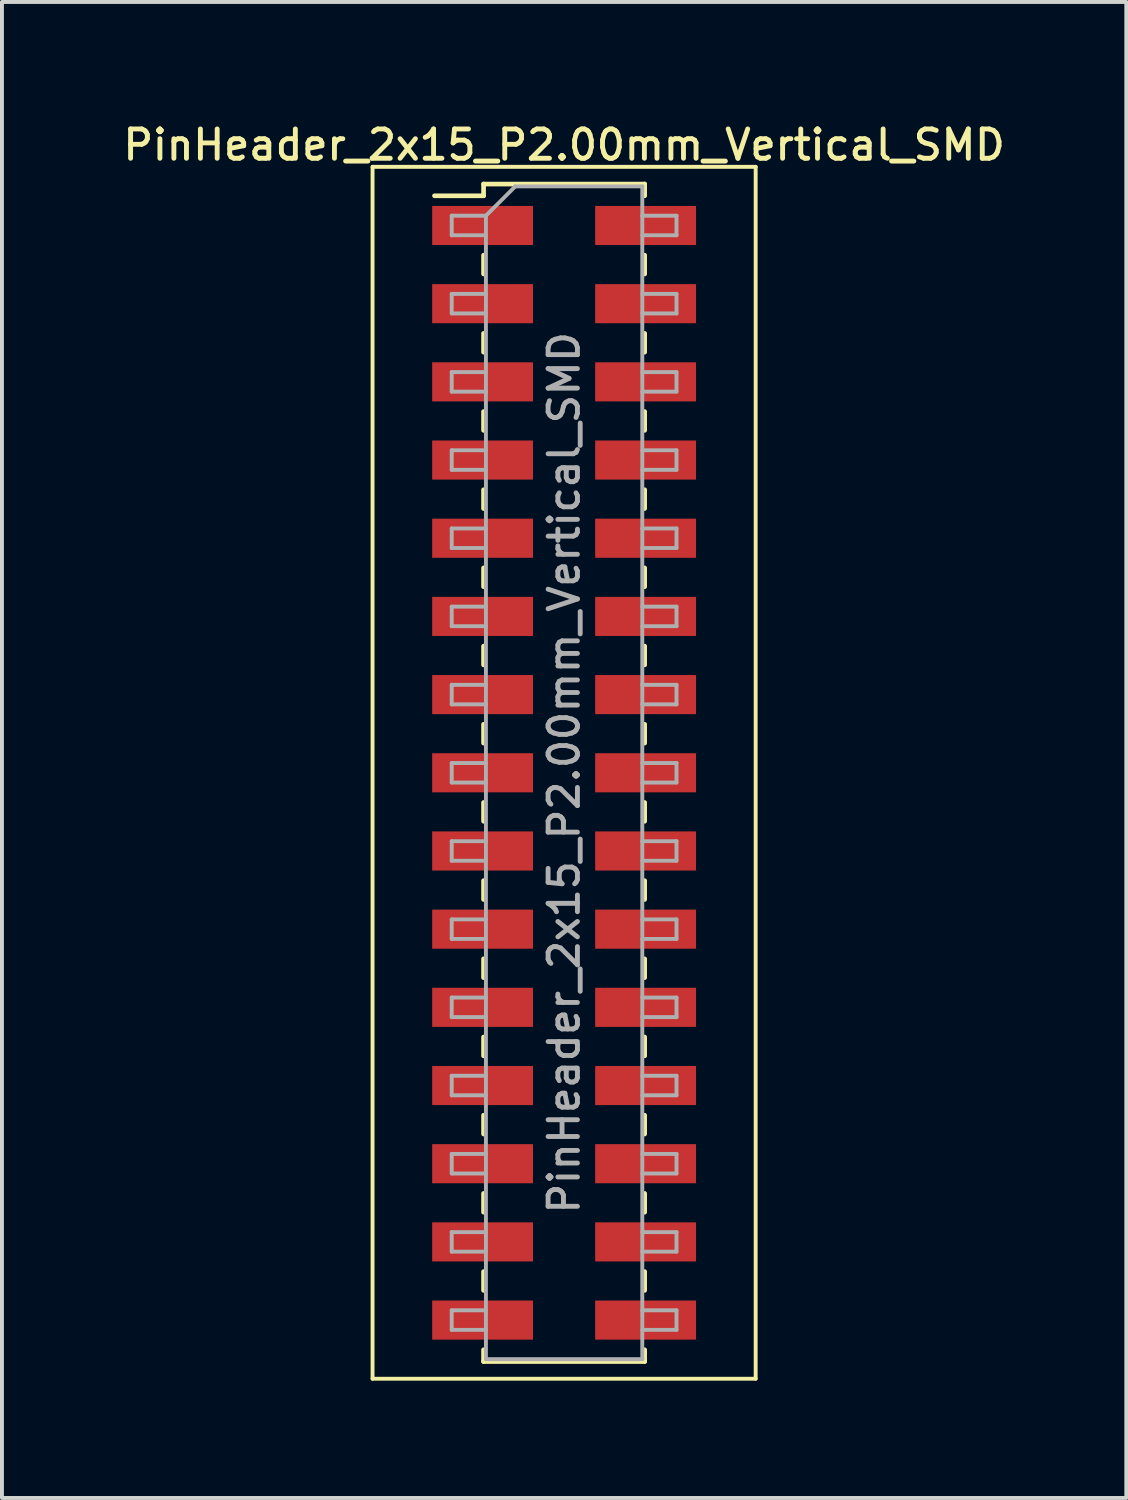
<source format=kicad_pcb>
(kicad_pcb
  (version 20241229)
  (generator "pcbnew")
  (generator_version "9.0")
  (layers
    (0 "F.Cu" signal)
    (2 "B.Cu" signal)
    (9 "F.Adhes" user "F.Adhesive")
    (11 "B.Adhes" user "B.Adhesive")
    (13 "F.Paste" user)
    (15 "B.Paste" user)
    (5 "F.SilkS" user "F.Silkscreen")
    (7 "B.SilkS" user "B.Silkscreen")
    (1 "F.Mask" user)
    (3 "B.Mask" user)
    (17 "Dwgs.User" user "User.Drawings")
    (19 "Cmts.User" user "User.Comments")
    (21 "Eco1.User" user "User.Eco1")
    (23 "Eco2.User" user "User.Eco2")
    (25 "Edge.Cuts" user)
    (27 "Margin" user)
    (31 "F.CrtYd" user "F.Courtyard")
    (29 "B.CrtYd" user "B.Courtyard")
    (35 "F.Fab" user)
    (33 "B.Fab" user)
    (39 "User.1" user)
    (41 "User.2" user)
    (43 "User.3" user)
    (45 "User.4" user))
  (footprint "PinHeader_2x15_P2.00mm_Vertical_SMD"
    (layer "F.Cu")
    (at 11.38 16.718)
    (property "Reference" "PinHeader_2x15_P2.00mm_Vertical_SMD" (at 0 -16.06 0) (layer "F.SilkS") (effects (font (size 0.75 0.75) (thickness 0.125))))
    (attr smd)
    (fp_line (start -4.9 -15.5) (end -4.9 15.5) (stroke (width 0.1) (type solid)) (layer "F.SilkS"))
    (fp_line (start -4.9 15.5) (end 4.9 15.5) (stroke (width 0.1) (type solid)) (layer "F.SilkS"))
    (fp_line (start -3.315 -14.76) (end -2.06 -14.76) (stroke (width 0.12) (type solid)) (layer "F.SilkS"))
    (fp_line (start -2.06 -15.06) (end -2.06 -14.76) (stroke (width 0.12) (type solid)) (layer "F.SilkS"))
    (fp_line (start -2.06 -15.06) (end 2.06 -15.06) (stroke (width 0.12) (type solid)) (layer "F.SilkS"))
    (fp_line (start -2.06 -13.24) (end -2.06 -12.76) (stroke (width 0.12) (type solid)) (layer "F.SilkS"))
    (fp_line (start -2.06 -11.24) (end -2.06 -10.76) (stroke (width 0.12) (type solid)) (layer "F.SilkS"))
    (fp_line (start -2.06 -9.24) (end -2.06 -8.76) (stroke (width 0.12) (type solid)) (layer "F.SilkS"))
    (fp_line (start -2.06 -7.24) (end -2.06 -6.76) (stroke (width 0.12) (type solid)) (layer "F.SilkS"))
    (fp_line (start -2.06 -5.24) (end -2.06 -4.76) (stroke (width 0.12) (type solid)) (layer "F.SilkS"))
    (fp_line (start -2.06 -3.24) (end -2.06 -2.76) (stroke (width 0.12) (type solid)) (layer "F.SilkS"))
    (fp_line (start -2.06 -1.24) (end -2.06 -0.76) (stroke (width 0.12) (type solid)) (layer "F.SilkS"))
    (fp_line (start -2.06 0.76) (end -2.06 1.24) (stroke (width 0.12) (type solid)) (layer "F.SilkS"))
    (fp_line (start -2.06 2.76) (end -2.06 3.24) (stroke (width 0.12) (type solid)) (layer "F.SilkS"))
    (fp_line (start -2.06 4.76) (end -2.06 5.24) (stroke (width 0.12) (type solid)) (layer "F.SilkS"))
    (fp_line (start -2.06 6.76) (end -2.06 7.24) (stroke (width 0.12) (type solid)) (layer "F.SilkS"))
    (fp_line (start -2.06 8.76) (end -2.06 9.24) (stroke (width 0.12) (type solid)) (layer "F.SilkS"))
    (fp_line (start -2.06 10.76) (end -2.06 11.24) (stroke (width 0.12) (type solid)) (layer "F.SilkS"))
    (fp_line (start -2.06 12.76) (end -2.06 13.24) (stroke (width 0.12) (type solid)) (layer "F.SilkS"))
    (fp_line (start -2.06 14.76) (end -2.06 15.06) (stroke (width 0.12) (type solid)) (layer "F.SilkS"))
    (fp_line (start -2.06 15.06) (end 2.06 15.06) (stroke (width 0.12) (type solid)) (layer "F.SilkS"))
    (fp_line (start 2.06 -15.06) (end 2.06 -14.76) (stroke (width 0.12) (type solid)) (layer "F.SilkS"))
    (fp_line (start 2.06 -13.24) (end 2.06 -12.76) (stroke (width 0.12) (type solid)) (layer "F.SilkS"))
    (fp_line (start 2.06 -11.24) (end 2.06 -10.76) (stroke (width 0.12) (type solid)) (layer "F.SilkS"))
    (fp_line (start 2.06 -9.24) (end 2.06 -8.76) (stroke (width 0.12) (type solid)) (layer "F.SilkS"))
    (fp_line (start 2.06 -7.24) (end 2.06 -6.76) (stroke (width 0.12) (type solid)) (layer "F.SilkS"))
    (fp_line (start 2.06 -5.24) (end 2.06 -4.76) (stroke (width 0.12) (type solid)) (layer "F.SilkS"))
    (fp_line (start 2.06 -3.24) (end 2.06 -2.76) (stroke (width 0.12) (type solid)) (layer "F.SilkS"))
    (fp_line (start 2.06 -1.24) (end 2.06 -0.76) (stroke (width 0.12) (type solid)) (layer "F.SilkS"))
    (fp_line (start 2.06 0.76) (end 2.06 1.24) (stroke (width 0.12) (type solid)) (layer "F.SilkS"))
    (fp_line (start 2.06 2.76) (end 2.06 3.24) (stroke (width 0.12) (type solid)) (layer "F.SilkS"))
    (fp_line (start 2.06 4.76) (end 2.06 5.24) (stroke (width 0.12) (type solid)) (layer "F.SilkS"))
    (fp_line (start 2.06 6.76) (end 2.06 7.24) (stroke (width 0.12) (type solid)) (layer "F.SilkS"))
    (fp_line (start 2.06 8.76) (end 2.06 9.24) (stroke (width 0.12) (type solid)) (layer "F.SilkS"))
    (fp_line (start 2.06 10.76) (end 2.06 11.24) (stroke (width 0.12) (type solid)) (layer "F.SilkS"))
    (fp_line (start 2.06 12.76) (end 2.06 13.24) (stroke (width 0.12) (type solid)) (layer "F.SilkS"))
    (fp_line (start 2.06 14.76) (end 2.06 15.06) (stroke (width 0.12) (type solid)) (layer "F.SilkS"))
    (fp_line (start 4.9 -15.5) (end -4.9 -15.5) (stroke (width 0.1) (type solid)) (layer "F.SilkS"))
    (fp_line (start 4.9 15.5) (end 4.9 -15.5) (stroke (width 0.1) (type solid)) (layer "F.SilkS"))
    (fp_line (start -2.875 -14.25) (end -2.875 -13.75) (stroke (width 0.1) (type solid)) (layer "F.Fab"))
    (fp_line (start -2.875 -13.75) (end -2 -13.75) (stroke (width 0.1) (type solid)) (layer "F.Fab"))
    (fp_line (start -2.875 -12.25) (end -2.875 -11.75) (stroke (width 0.1) (type solid)) (layer "F.Fab"))
    (fp_line (start -2.875 -11.75) (end -2 -11.75) (stroke (width 0.1) (type solid)) (layer "F.Fab"))
    (fp_line (start -2.875 -10.25) (end -2.875 -9.75) (stroke (width 0.1) (type solid)) (layer "F.Fab"))
    (fp_line (start -2.875 -9.75) (end -2 -9.75) (stroke (width 0.1) (type solid)) (layer "F.Fab"))
    (fp_line (start -2.875 -8.25) (end -2.875 -7.75) (stroke (width 0.1) (type solid)) (layer "F.Fab"))
    (fp_line (start -2.875 -7.75) (end -2 -7.75) (stroke (width 0.1) (type solid)) (layer "F.Fab"))
    (fp_line (start -2.875 -6.25) (end -2.875 -5.75) (stroke (width 0.1) (type solid)) (layer "F.Fab"))
    (fp_line (start -2.875 -5.75) (end -2 -5.75) (stroke (width 0.1) (type solid)) (layer "F.Fab"))
    (fp_line (start -2.875 -4.25) (end -2.875 -3.75) (stroke (width 0.1) (type solid)) (layer "F.Fab"))
    (fp_line (start -2.875 -3.75) (end -2 -3.75) (stroke (width 0.1) (type solid)) (layer "F.Fab"))
    (fp_line (start -2.875 -2.25) (end -2.875 -1.75) (stroke (width 0.1) (type solid)) (layer "F.Fab"))
    (fp_line (start -2.875 -1.75) (end -2 -1.75) (stroke (width 0.1) (type solid)) (layer "F.Fab"))
    (fp_line (start -2.875 -0.25) (end -2.875 0.25) (stroke (width 0.1) (type solid)) (layer "F.Fab"))
    (fp_line (start -2.875 0.25) (end -2 0.25) (stroke (width 0.1) (type solid)) (layer "F.Fab"))
    (fp_line (start -2.875 1.75) (end -2.875 2.25) (stroke (width 0.1) (type solid)) (layer "F.Fab"))
    (fp_line (start -2.875 2.25) (end -2 2.25) (stroke (width 0.1) (type solid)) (layer "F.Fab"))
    (fp_line (start -2.875 3.75) (end -2.875 4.25) (stroke (width 0.1) (type solid)) (layer "F.Fab"))
    (fp_line (start -2.875 4.25) (end -2 4.25) (stroke (width 0.1) (type solid)) (layer "F.Fab"))
    (fp_line (start -2.875 5.75) (end -2.875 6.25) (stroke (width 0.1) (type solid)) (layer "F.Fab"))
    (fp_line (start -2.875 6.25) (end -2 6.25) (stroke (width 0.1) (type solid)) (layer "F.Fab"))
    (fp_line (start -2.875 7.75) (end -2.875 8.25) (stroke (width 0.1) (type solid)) (layer "F.Fab"))
    (fp_line (start -2.875 8.25) (end -2 8.25) (stroke (width 0.1) (type solid)) (layer "F.Fab"))
    (fp_line (start -2.875 9.75) (end -2.875 10.25) (stroke (width 0.1) (type solid)) (layer "F.Fab"))
    (fp_line (start -2.875 10.25) (end -2 10.25) (stroke (width 0.1) (type solid)) (layer "F.Fab"))
    (fp_line (start -2.875 11.75) (end -2.875 12.25) (stroke (width 0.1) (type solid)) (layer "F.Fab"))
    (fp_line (start -2.875 12.25) (end -2 12.25) (stroke (width 0.1) (type solid)) (layer "F.Fab"))
    (fp_line (start -2.875 13.75) (end -2.875 14.25) (stroke (width 0.1) (type solid)) (layer "F.Fab"))
    (fp_line (start -2.875 14.25) (end -2 14.25) (stroke (width 0.1) (type solid)) (layer "F.Fab"))
    (fp_line (start -2 -14.25) (end -2.875 -14.25) (stroke (width 0.1) (type solid)) (layer "F.Fab"))
    (fp_line (start -2 -14.25) (end -1.25 -15) (stroke (width 0.1) (type solid)) (layer "F.Fab"))
    (fp_line (start -2 -12.25) (end -2.875 -12.25) (stroke (width 0.1) (type solid)) (layer "F.Fab"))
    (fp_line (start -2 -10.25) (end -2.875 -10.25) (stroke (width 0.1) (type solid)) (layer "F.Fab"))
    (fp_line (start -2 -8.25) (end -2.875 -8.25) (stroke (width 0.1) (type solid)) (layer "F.Fab"))
    (fp_line (start -2 -6.25) (end -2.875 -6.25) (stroke (width 0.1) (type solid)) (layer "F.Fab"))
    (fp_line (start -2 -4.25) (end -2.875 -4.25) (stroke (width 0.1) (type solid)) (layer "F.Fab"))
    (fp_line (start -2 -2.25) (end -2.875 -2.25) (stroke (width 0.1) (type solid)) (layer "F.Fab"))
    (fp_line (start -2 -0.25) (end -2.875 -0.25) (stroke (width 0.1) (type solid)) (layer "F.Fab"))
    (fp_line (start -2 1.75) (end -2.875 1.75) (stroke (width 0.1) (type solid)) (layer "F.Fab"))
    (fp_line (start -2 3.75) (end -2.875 3.75) (stroke (width 0.1) (type solid)) (layer "F.Fab"))
    (fp_line (start -2 5.75) (end -2.875 5.75) (stroke (width 0.1) (type solid)) (layer "F.Fab"))
    (fp_line (start -2 7.75) (end -2.875 7.75) (stroke (width 0.1) (type solid)) (layer "F.Fab"))
    (fp_line (start -2 9.75) (end -2.875 9.75) (stroke (width 0.1) (type solid)) (layer "F.Fab"))
    (fp_line (start -2 11.75) (end -2.875 11.75) (stroke (width 0.1) (type solid)) (layer "F.Fab"))
    (fp_line (start -2 13.75) (end -2.875 13.75) (stroke (width 0.1) (type solid)) (layer "F.Fab"))
    (fp_line (start -2 15) (end -2 -14.25) (stroke (width 0.1) (type solid)) (layer "F.Fab"))
    (fp_line (start -1.25 -15) (end 2 -15) (stroke (width 0.1) (type solid)) (layer "F.Fab"))
    (fp_line (start 2 -15) (end 2 15) (stroke (width 0.1) (type solid)) (layer "F.Fab"))
    (fp_line (start 2 -14.25) (end 2.875 -14.25) (stroke (width 0.1) (type solid)) (layer "F.Fab"))
    (fp_line (start 2 -12.25) (end 2.875 -12.25) (stroke (width 0.1) (type solid)) (layer "F.Fab"))
    (fp_line (start 2 -10.25) (end 2.875 -10.25) (stroke (width 0.1) (type solid)) (layer "F.Fab"))
    (fp_line (start 2 -8.25) (end 2.875 -8.25) (stroke (width 0.1) (type solid)) (layer "F.Fab"))
    (fp_line (start 2 -6.25) (end 2.875 -6.25) (stroke (width 0.1) (type solid)) (layer "F.Fab"))
    (fp_line (start 2 -4.25) (end 2.875 -4.25) (stroke (width 0.1) (type solid)) (layer "F.Fab"))
    (fp_line (start 2 -2.25) (end 2.875 -2.25) (stroke (width 0.1) (type solid)) (layer "F.Fab"))
    (fp_line (start 2 -0.25) (end 2.875 -0.25) (stroke (width 0.1) (type solid)) (layer "F.Fab"))
    (fp_line (start 2 1.75) (end 2.875 1.75) (stroke (width 0.1) (type solid)) (layer "F.Fab"))
    (fp_line (start 2 3.75) (end 2.875 3.75) (stroke (width 0.1) (type solid)) (layer "F.Fab"))
    (fp_line (start 2 5.75) (end 2.875 5.75) (stroke (width 0.1) (type solid)) (layer "F.Fab"))
    (fp_line (start 2 7.75) (end 2.875 7.75) (stroke (width 0.1) (type solid)) (layer "F.Fab"))
    (fp_line (start 2 9.75) (end 2.875 9.75) (stroke (width 0.1) (type solid)) (layer "F.Fab"))
    (fp_line (start 2 11.75) (end 2.875 11.75) (stroke (width 0.1) (type solid)) (layer "F.Fab"))
    (fp_line (start 2 13.75) (end 2.875 13.75) (stroke (width 0.1) (type solid)) (layer "F.Fab"))
    (fp_line (start 2 15) (end -2 15) (stroke (width 0.1) (type solid)) (layer "F.Fab"))
    (fp_line (start 2.875 -14.25) (end 2.875 -13.75) (stroke (width 0.1) (type solid)) (layer "F.Fab"))
    (fp_line (start 2.875 -13.75) (end 2 -13.75) (stroke (width 0.1) (type solid)) (layer "F.Fab"))
    (fp_line (start 2.875 -12.25) (end 2.875 -11.75) (stroke (width 0.1) (type solid)) (layer "F.Fab"))
    (fp_line (start 2.875 -11.75) (end 2 -11.75) (stroke (width 0.1) (type solid)) (layer "F.Fab"))
    (fp_line (start 2.875 -10.25) (end 2.875 -9.75) (stroke (width 0.1) (type solid)) (layer "F.Fab"))
    (fp_line (start 2.875 -9.75) (end 2 -9.75) (stroke (width 0.1) (type solid)) (layer "F.Fab"))
    (fp_line (start 2.875 -8.25) (end 2.875 -7.75) (stroke (width 0.1) (type solid)) (layer "F.Fab"))
    (fp_line (start 2.875 -7.75) (end 2 -7.75) (stroke (width 0.1) (type solid)) (layer "F.Fab"))
    (fp_line (start 2.875 -6.25) (end 2.875 -5.75) (stroke (width 0.1) (type solid)) (layer "F.Fab"))
    (fp_line (start 2.875 -5.75) (end 2 -5.75) (stroke (width 0.1) (type solid)) (layer "F.Fab"))
    (fp_line (start 2.875 -4.25) (end 2.875 -3.75) (stroke (width 0.1) (type solid)) (layer "F.Fab"))
    (fp_line (start 2.875 -3.75) (end 2 -3.75) (stroke (width 0.1) (type solid)) (layer "F.Fab"))
    (fp_line (start 2.875 -2.25) (end 2.875 -1.75) (stroke (width 0.1) (type solid)) (layer "F.Fab"))
    (fp_line (start 2.875 -1.75) (end 2 -1.75) (stroke (width 0.1) (type solid)) (layer "F.Fab"))
    (fp_line (start 2.875 -0.25) (end 2.875 0.25) (stroke (width 0.1) (type solid)) (layer "F.Fab"))
    (fp_line (start 2.875 0.25) (end 2 0.25) (stroke (width 0.1) (type solid)) (layer "F.Fab"))
    (fp_line (start 2.875 1.75) (end 2.875 2.25) (stroke (width 0.1) (type solid)) (layer "F.Fab"))
    (fp_line (start 2.875 2.25) (end 2 2.25) (stroke (width 0.1) (type solid)) (layer "F.Fab"))
    (fp_line (start 2.875 3.75) (end 2.875 4.25) (stroke (width 0.1) (type solid)) (layer "F.Fab"))
    (fp_line (start 2.875 4.25) (end 2 4.25) (stroke (width 0.1) (type solid)) (layer "F.Fab"))
    (fp_line (start 2.875 5.75) (end 2.875 6.25) (stroke (width 0.1) (type solid)) (layer "F.Fab"))
    (fp_line (start 2.875 6.25) (end 2 6.25) (stroke (width 0.1) (type solid)) (layer "F.Fab"))
    (fp_line (start 2.875 7.75) (end 2.875 8.25) (stroke (width 0.1) (type solid)) (layer "F.Fab"))
    (fp_line (start 2.875 8.25) (end 2 8.25) (stroke (width 0.1) (type solid)) (layer "F.Fab"))
    (fp_line (start 2.875 9.75) (end 2.875 10.25) (stroke (width 0.1) (type solid)) (layer "F.Fab"))
    (fp_line (start 2.875 10.25) (end 2 10.25) (stroke (width 0.1) (type solid)) (layer "F.Fab"))
    (fp_line (start 2.875 11.75) (end 2.875 12.25) (stroke (width 0.1) (type solid)) (layer "F.Fab"))
    (fp_line (start 2.875 12.25) (end 2 12.25) (stroke (width 0.1) (type solid)) (layer "F.Fab"))
    (fp_line (start 2.875 13.75) (end 2.875 14.25) (stroke (width 0.1) (type solid)) (layer "F.Fab"))
    (fp_line (start 2.875 14.25) (end 2 14.25) (stroke (width 0.1) (type solid)) (layer "F.Fab"))
    (fp_text user "${REFERENCE}" (at 0 0 90) (layer "F.Fab") (effects (font (size 0.75 0.75) (thickness 0.125))))
    (pad "1" smd rect (at -2.085 -14) (size 2.58 1) (layers "F.Cu" "F.Mask" "F.Paste"))
    (pad "2" smd rect (at 2.085 -14) (size 2.58 1) (layers "F.Cu" "F.Mask" "F.Paste"))
    (pad "3" smd rect (at -2.085 -12) (size 2.58 1) (layers "F.Cu" "F.Mask" "F.Paste"))
    (pad "4" smd rect (at 2.085 -12) (size 2.58 1) (layers "F.Cu" "F.Mask" "F.Paste"))
    (pad "5" smd rect (at -2.085 -10) (size 2.58 1) (layers "F.Cu" "F.Mask" "F.Paste"))
    (pad "6" smd rect (at 2.085 -10) (size 2.58 1) (layers "F.Cu" "F.Mask" "F.Paste"))
    (pad "7" smd rect (at -2.085 -8) (size 2.58 1) (layers "F.Cu" "F.Mask" "F.Paste"))
    (pad "8" smd rect (at 2.085 -8) (size 2.58 1) (layers "F.Cu" "F.Mask" "F.Paste"))
    (pad "9" smd rect (at -2.085 -6) (size 2.58 1) (layers "F.Cu" "F.Mask" "F.Paste"))
    (pad "10" smd rect (at 2.085 -6) (size 2.58 1) (layers "F.Cu" "F.Mask" "F.Paste"))
    (pad "11" smd rect (at -2.085 -4) (size 2.58 1) (layers "F.Cu" "F.Mask" "F.Paste"))
    (pad "12" smd rect (at 2.085 -4) (size 2.58 1) (layers "F.Cu" "F.Mask" "F.Paste"))
    (pad "13" smd rect (at -2.085 -2) (size 2.58 1) (layers "F.Cu" "F.Mask" "F.Paste"))
    (pad "14" smd rect (at 2.085 -2) (size 2.58 1) (layers "F.Cu" "F.Mask" "F.Paste"))
    (pad "15" smd rect (at -2.085 0) (size 2.58 1) (layers "F.Cu" "F.Mask" "F.Paste"))
    (pad "16" smd rect (at 2.085 0) (size 2.58 1) (layers "F.Cu" "F.Mask" "F.Paste"))
    (pad "17" smd rect (at -2.085 2) (size 2.58 1) (layers "F.Cu" "F.Mask" "F.Paste"))
    (pad "18" smd rect (at 2.085 2) (size 2.58 1) (layers "F.Cu" "F.Mask" "F.Paste"))
    (pad "19" smd rect (at -2.085 4) (size 2.58 1) (layers "F.Cu" "F.Mask" "F.Paste"))
    (pad "20" smd rect (at 2.085 4) (size 2.58 1) (layers "F.Cu" "F.Mask" "F.Paste"))
    (pad "21" smd rect (at -2.085 6) (size 2.58 1) (layers "F.Cu" "F.Mask" "F.Paste"))
    (pad "22" smd rect (at 2.085 6) (size 2.58 1) (layers "F.Cu" "F.Mask" "F.Paste"))
    (pad "23" smd rect (at -2.085 8) (size 2.58 1) (layers "F.Cu" "F.Mask" "F.Paste"))
    (pad "24" smd rect (at 2.085 8) (size 2.58 1) (layers "F.Cu" "F.Mask" "F.Paste"))
    (pad "25" smd rect (at -2.085 10) (size 2.58 1) (layers "F.Cu" "F.Mask" "F.Paste"))
    (pad "26" smd rect (at 2.085 10) (size 2.58 1) (layers "F.Cu" "F.Mask" "F.Paste"))
    (pad "27" smd rect (at -2.085 12) (size 2.58 1) (layers "F.Cu" "F.Mask" "F.Paste"))
    (pad "28" smd rect (at 2.085 12) (size 2.58 1) (layers "F.Cu" "F.Mask" "F.Paste"))
    (pad "29" smd rect (at -2.085 14) (size 2.58 1) (layers "F.Cu" "F.Mask" "F.Paste"))
    (pad "30" smd rect (at 2.085 14) (size 2.58 1) (layers "F.Cu" "F.Mask" "F.Paste")))
  (gr_rect
    (start -3 -3)
    (end 25.761 35.268)
    (stroke (width 0.1) (type default))
    (fill no)
    (layer "Edge.Cuts")))
</source>
